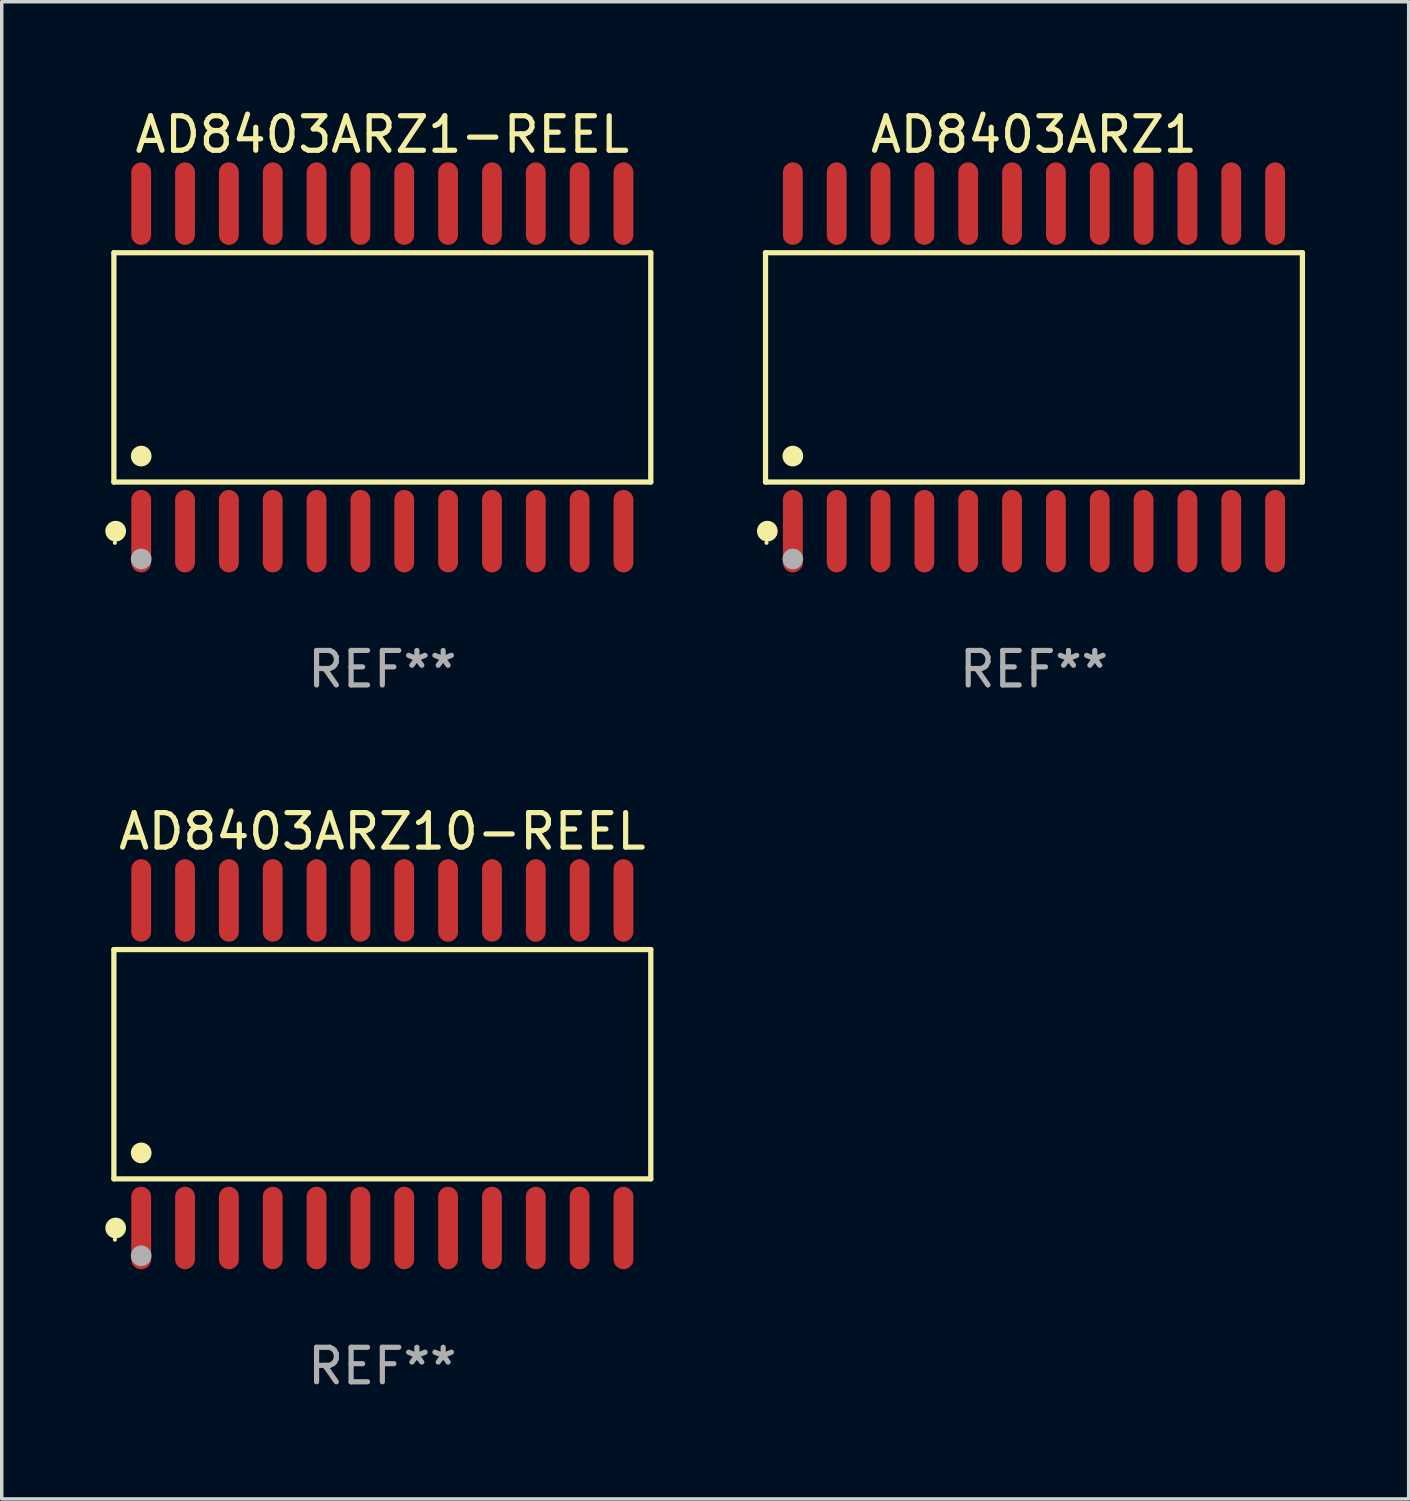
<source format=kicad_pcb>
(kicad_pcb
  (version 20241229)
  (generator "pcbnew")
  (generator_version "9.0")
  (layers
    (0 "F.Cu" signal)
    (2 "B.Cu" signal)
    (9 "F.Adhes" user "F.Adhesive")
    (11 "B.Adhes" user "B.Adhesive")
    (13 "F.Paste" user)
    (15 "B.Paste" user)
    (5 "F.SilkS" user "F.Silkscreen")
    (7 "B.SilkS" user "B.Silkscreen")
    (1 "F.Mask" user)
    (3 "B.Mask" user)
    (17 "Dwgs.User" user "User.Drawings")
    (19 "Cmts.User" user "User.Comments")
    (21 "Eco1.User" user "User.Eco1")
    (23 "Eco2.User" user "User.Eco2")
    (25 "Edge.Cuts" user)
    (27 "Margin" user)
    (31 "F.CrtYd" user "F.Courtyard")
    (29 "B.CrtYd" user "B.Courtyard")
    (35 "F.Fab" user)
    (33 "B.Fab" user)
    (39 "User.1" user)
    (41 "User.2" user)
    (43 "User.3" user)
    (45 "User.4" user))
  (footprint "AD8403ARZ1-REEL"
    (layer "F.Cu")
    (at 8.025 7.592)
    (property "Reference" "AD8403ARZ1-REEL" (at 0 -6.744 0) (layer "F.SilkS") (effects (font (size 1 1) (thickness 0.15))))
    (attr through_hole)
    (fp_line (start -7.776 -3.321) (end 7.776 -3.321) (stroke (width 0.152) (type solid)) (layer "F.SilkS"))
    (fp_line (start -7.776 3.321) (end -7.776 -3.321) (stroke (width 0.152) (type solid)) (layer "F.SilkS"))
    (fp_line (start 7.776 -3.321) (end 7.776 3.321) (stroke (width 0.152) (type solid)) (layer "F.SilkS"))
    (fp_line (start 7.776 3.321) (end -7.776 3.321) (stroke (width 0.152) (type solid)) (layer "F.SilkS"))
    (fp_circle (center -7.747 5.08) (end -7.717 5.08) (stroke (width 0.06) (type solid)) (fill no) (layer "F.SilkS"))
    (fp_circle (center -7.724 4.744) (end -7.574 4.744) (stroke (width 0.3) (type solid)) (fill no) (layer "F.SilkS"))
    (fp_circle (center -6.985 2.569) (end -6.835 2.569) (stroke (width 0.3) (type solid)) (fill no) (layer "F.SilkS"))
    (fp_circle (center -6.985 5.55) (end -6.835 5.55) (stroke (width 0.3) (type solid)) (fill no) (layer "F.Fab"))
    (fp_text user "REF**" (at 0 8.744 0) (layer "F.Fab") (effects (font (size 1 1) (thickness 0.15))))
    (pad "1" smd oval (at -6.985 4.744) (size 0.574 2.388) (layers "F.Cu" "F.Mask" "F.Paste"))
    (pad "2" smd oval (at -5.715 4.744) (size 0.574 2.388) (layers "F.Cu" "F.Mask" "F.Paste"))
    (pad "3" smd oval (at -4.445 4.744) (size 0.574 2.388) (layers "F.Cu" "F.Mask" "F.Paste"))
    (pad "4" smd oval (at -3.175 4.744) (size 0.574 2.388) (layers "F.Cu" "F.Mask" "F.Paste"))
    (pad "5" smd oval (at -1.905 4.744) (size 0.574 2.388) (layers "F.Cu" "F.Mask" "F.Paste"))
    (pad "6" smd oval (at -0.635 4.744) (size 0.574 2.388) (layers "F.Cu" "F.Mask" "F.Paste"))
    (pad "7" smd oval (at 0.635 4.744) (size 0.574 2.388) (layers "F.Cu" "F.Mask" "F.Paste"))
    (pad "8" smd oval (at 1.905 4.744) (size 0.574 2.388) (layers "F.Cu" "F.Mask" "F.Paste"))
    (pad "9" smd oval (at 3.175 4.744) (size 0.574 2.388) (layers "F.Cu" "F.Mask" "F.Paste"))
    (pad "10" smd oval (at 4.445 4.744) (size 0.574 2.388) (layers "F.Cu" "F.Mask" "F.Paste"))
    (pad "11" smd oval (at 5.715 4.744) (size 0.574 2.388) (layers "F.Cu" "F.Mask" "F.Paste"))
    (pad "12" smd oval (at 6.985 4.744) (size 0.574 2.388) (layers "F.Cu" "F.Mask" "F.Paste"))
    (pad "13" smd oval (at 6.985 -4.744) (size 0.574 2.388) (layers "F.Cu" "F.Mask" "F.Paste"))
    (pad "14" smd oval (at 5.715 -4.744) (size 0.574 2.388) (layers "F.Cu" "F.Mask" "F.Paste"))
    (pad "15" smd oval (at 4.445 -4.744) (size 0.574 2.388) (layers "F.Cu" "F.Mask" "F.Paste"))
    (pad "16" smd oval (at 3.175 -4.744) (size 0.574 2.388) (layers "F.Cu" "F.Mask" "F.Paste"))
    (pad "17" smd oval (at 1.905 -4.744) (size 0.574 2.388) (layers "F.Cu" "F.Mask" "F.Paste"))
    (pad "18" smd oval (at 0.635 -4.744) (size 0.574 2.388) (layers "F.Cu" "F.Mask" "F.Paste"))
    (pad "19" smd oval (at -0.635 -4.744) (size 0.574 2.388) (layers "F.Cu" "F.Mask" "F.Paste"))
    (pad "20" smd oval (at -1.905 -4.744) (size 0.574 2.388) (layers "F.Cu" "F.Mask" "F.Paste"))
    (pad "21" smd oval (at -3.175 -4.744) (size 0.574 2.388) (layers "F.Cu" "F.Mask" "F.Paste"))
    (pad "22" smd oval (at -4.445 -4.744) (size 0.574 2.388) (layers "F.Cu" "F.Mask" "F.Paste"))
    (pad "23" smd oval (at -5.715 -4.744) (size 0.574 2.388) (layers "F.Cu" "F.Mask" "F.Paste"))
    (pad "24" smd oval (at -6.985 -4.744) (size 0.574 2.388) (layers "F.Cu" "F.Mask" "F.Paste")))
  (footprint "AD8403ARZ1"
    (layer "F.Cu")
    (at 26.901 7.592)
    (property "Reference" "AD8403ARZ1" (at 0 -6.744 0) (layer "F.SilkS") (effects (font (size 1 1) (thickness 0.15))))
    (attr through_hole)
    (fp_line (start -7.776 -3.321) (end 7.776 -3.321) (stroke (width 0.152) (type solid)) (layer "F.SilkS"))
    (fp_line (start -7.776 3.321) (end -7.776 -3.321) (stroke (width 0.152) (type solid)) (layer "F.SilkS"))
    (fp_line (start 7.776 -3.321) (end 7.776 3.321) (stroke (width 0.152) (type solid)) (layer "F.SilkS"))
    (fp_line (start 7.776 3.321) (end -7.776 3.321) (stroke (width 0.152) (type solid)) (layer "F.SilkS"))
    (fp_circle (center -7.747 5.08) (end -7.717 5.08) (stroke (width 0.06) (type solid)) (fill no) (layer "F.SilkS"))
    (fp_circle (center -7.724 4.744) (end -7.574 4.744) (stroke (width 0.3) (type solid)) (fill no) (layer "F.SilkS"))
    (fp_circle (center -6.985 2.569) (end -6.835 2.569) (stroke (width 0.3) (type solid)) (fill no) (layer "F.SilkS"))
    (fp_circle (center -6.985 5.55) (end -6.835 5.55) (stroke (width 0.3) (type solid)) (fill no) (layer "F.Fab"))
    (fp_text user "REF**" (at 0 8.744 0) (layer "F.Fab") (effects (font (size 1 1) (thickness 0.15))))
    (pad "1" smd oval (at -6.985 4.744) (size 0.574 2.388) (layers "F.Cu" "F.Mask" "F.Paste"))
    (pad "2" smd oval (at -5.715 4.744) (size 0.574 2.388) (layers "F.Cu" "F.Mask" "F.Paste"))
    (pad "3" smd oval (at -4.445 4.744) (size 0.574 2.388) (layers "F.Cu" "F.Mask" "F.Paste"))
    (pad "4" smd oval (at -3.175 4.744) (size 0.574 2.388) (layers "F.Cu" "F.Mask" "F.Paste"))
    (pad "5" smd oval (at -1.905 4.744) (size 0.574 2.388) (layers "F.Cu" "F.Mask" "F.Paste"))
    (pad "6" smd oval (at -0.635 4.744) (size 0.574 2.388) (layers "F.Cu" "F.Mask" "F.Paste"))
    (pad "7" smd oval (at 0.635 4.744) (size 0.574 2.388) (layers "F.Cu" "F.Mask" "F.Paste"))
    (pad "8" smd oval (at 1.905 4.744) (size 0.574 2.388) (layers "F.Cu" "F.Mask" "F.Paste"))
    (pad "9" smd oval (at 3.175 4.744) (size 0.574 2.388) (layers "F.Cu" "F.Mask" "F.Paste"))
    (pad "10" smd oval (at 4.445 4.744) (size 0.574 2.388) (layers "F.Cu" "F.Mask" "F.Paste"))
    (pad "11" smd oval (at 5.715 4.744) (size 0.574 2.388) (layers "F.Cu" "F.Mask" "F.Paste"))
    (pad "12" smd oval (at 6.985 4.744) (size 0.574 2.388) (layers "F.Cu" "F.Mask" "F.Paste"))
    (pad "13" smd oval (at 6.985 -4.744) (size 0.574 2.388) (layers "F.Cu" "F.Mask" "F.Paste"))
    (pad "14" smd oval (at 5.715 -4.744) (size 0.574 2.388) (layers "F.Cu" "F.Mask" "F.Paste"))
    (pad "15" smd oval (at 4.445 -4.744) (size 0.574 2.388) (layers "F.Cu" "F.Mask" "F.Paste"))
    (pad "16" smd oval (at 3.175 -4.744) (size 0.574 2.388) (layers "F.Cu" "F.Mask" "F.Paste"))
    (pad "17" smd oval (at 1.905 -4.744) (size 0.574 2.388) (layers "F.Cu" "F.Mask" "F.Paste"))
    (pad "18" smd oval (at 0.635 -4.744) (size 0.574 2.388) (layers "F.Cu" "F.Mask" "F.Paste"))
    (pad "19" smd oval (at -0.635 -4.744) (size 0.574 2.388) (layers "F.Cu" "F.Mask" "F.Paste"))
    (pad "20" smd oval (at -1.905 -4.744) (size 0.574 2.388) (layers "F.Cu" "F.Mask" "F.Paste"))
    (pad "21" smd oval (at -3.175 -4.744) (size 0.574 2.388) (layers "F.Cu" "F.Mask" "F.Paste"))
    (pad "22" smd oval (at -4.445 -4.744) (size 0.574 2.388) (layers "F.Cu" "F.Mask" "F.Paste"))
    (pad "23" smd oval (at -5.715 -4.744) (size 0.574 2.388) (layers "F.Cu" "F.Mask" "F.Paste"))
    (pad "24" smd oval (at -6.985 -4.744) (size 0.574 2.388) (layers "F.Cu" "F.Mask" "F.Paste")))
  (footprint "AD8403ARZ10-REEL"
    (layer "F.Cu")
    (at 8.025 27.777)
    (property "Reference" "AD8403ARZ10-REEL" (at 0 -6.744 0) (layer "F.SilkS") (effects (font (size 1 1) (thickness 0.15))))
    (attr through_hole)
    (fp_line (start -7.776 -3.321) (end 7.776 -3.321) (stroke (width 0.152) (type solid)) (layer "F.SilkS"))
    (fp_line (start -7.776 3.321) (end -7.776 -3.321) (stroke (width 0.152) (type solid)) (layer "F.SilkS"))
    (fp_line (start 7.776 -3.321) (end 7.776 3.321) (stroke (width 0.152) (type solid)) (layer "F.SilkS"))
    (fp_line (start 7.776 3.321) (end -7.776 3.321) (stroke (width 0.152) (type solid)) (layer "F.SilkS"))
    (fp_circle (center -7.747 5.08) (end -7.717 5.08) (stroke (width 0.06) (type solid)) (fill no) (layer "F.SilkS"))
    (fp_circle (center -7.724 4.744) (end -7.574 4.744) (stroke (width 0.3) (type solid)) (fill no) (layer "F.SilkS"))
    (fp_circle (center -6.985 2.569) (end -6.835 2.569) (stroke (width 0.3) (type solid)) (fill no) (layer "F.SilkS"))
    (fp_circle (center -6.985 5.55) (end -6.835 5.55) (stroke (width 0.3) (type solid)) (fill no) (layer "F.Fab"))
    (fp_text user "REF**" (at 0 8.744 0) (layer "F.Fab") (effects (font (size 1 1) (thickness 0.15))))
    (pad "1" smd oval (at -6.985 4.744) (size 0.574 2.388) (layers "F.Cu" "F.Mask" "F.Paste"))
    (pad "2" smd oval (at -5.715 4.744) (size 0.574 2.388) (layers "F.Cu" "F.Mask" "F.Paste"))
    (pad "3" smd oval (at -4.445 4.744) (size 0.574 2.388) (layers "F.Cu" "F.Mask" "F.Paste"))
    (pad "4" smd oval (at -3.175 4.744) (size 0.574 2.388) (layers "F.Cu" "F.Mask" "F.Paste"))
    (pad "5" smd oval (at -1.905 4.744) (size 0.574 2.388) (layers "F.Cu" "F.Mask" "F.Paste"))
    (pad "6" smd oval (at -0.635 4.744) (size 0.574 2.388) (layers "F.Cu" "F.Mask" "F.Paste"))
    (pad "7" smd oval (at 0.635 4.744) (size 0.574 2.388) (layers "F.Cu" "F.Mask" "F.Paste"))
    (pad "8" smd oval (at 1.905 4.744) (size 0.574 2.388) (layers "F.Cu" "F.Mask" "F.Paste"))
    (pad "9" smd oval (at 3.175 4.744) (size 0.574 2.388) (layers "F.Cu" "F.Mask" "F.Paste"))
    (pad "10" smd oval (at 4.445 4.744) (size 0.574 2.388) (layers "F.Cu" "F.Mask" "F.Paste"))
    (pad "11" smd oval (at 5.715 4.744) (size 0.574 2.388) (layers "F.Cu" "F.Mask" "F.Paste"))
    (pad "12" smd oval (at 6.985 4.744) (size 0.574 2.388) (layers "F.Cu" "F.Mask" "F.Paste"))
    (pad "13" smd oval (at 6.985 -4.744) (size 0.574 2.388) (layers "F.Cu" "F.Mask" "F.Paste"))
    (pad "14" smd oval (at 5.715 -4.744) (size 0.574 2.388) (layers "F.Cu" "F.Mask" "F.Paste"))
    (pad "15" smd oval (at 4.445 -4.744) (size 0.574 2.388) (layers "F.Cu" "F.Mask" "F.Paste"))
    (pad "16" smd oval (at 3.175 -4.744) (size 0.574 2.388) (layers "F.Cu" "F.Mask" "F.Paste"))
    (pad "17" smd oval (at 1.905 -4.744) (size 0.574 2.388) (layers "F.Cu" "F.Mask" "F.Paste"))
    (pad "18" smd oval (at 0.635 -4.744) (size 0.574 2.388) (layers "F.Cu" "F.Mask" "F.Paste"))
    (pad "19" smd oval (at -0.635 -4.744) (size 0.574 2.388) (layers "F.Cu" "F.Mask" "F.Paste"))
    (pad "20" smd oval (at -1.905 -4.744) (size 0.574 2.388) (layers "F.Cu" "F.Mask" "F.Paste"))
    (pad "21" smd oval (at -3.175 -4.744) (size 0.574 2.388) (layers "F.Cu" "F.Mask" "F.Paste"))
    (pad "22" smd oval (at -4.445 -4.744) (size 0.574 2.388) (layers "F.Cu" "F.Mask" "F.Paste"))
    (pad "23" smd oval (at -5.715 -4.744) (size 0.574 2.388) (layers "F.Cu" "F.Mask" "F.Paste"))
    (pad "24" smd oval (at -6.985 -4.744) (size 0.574 2.388) (layers "F.Cu" "F.Mask" "F.Paste")))
  (gr_rect
    (start -3 -3)
    (end 37.754 40.369)
    (stroke (width 0.1) (type default))
    (fill no)
    (layer "Edge.Cuts")))
</source>
